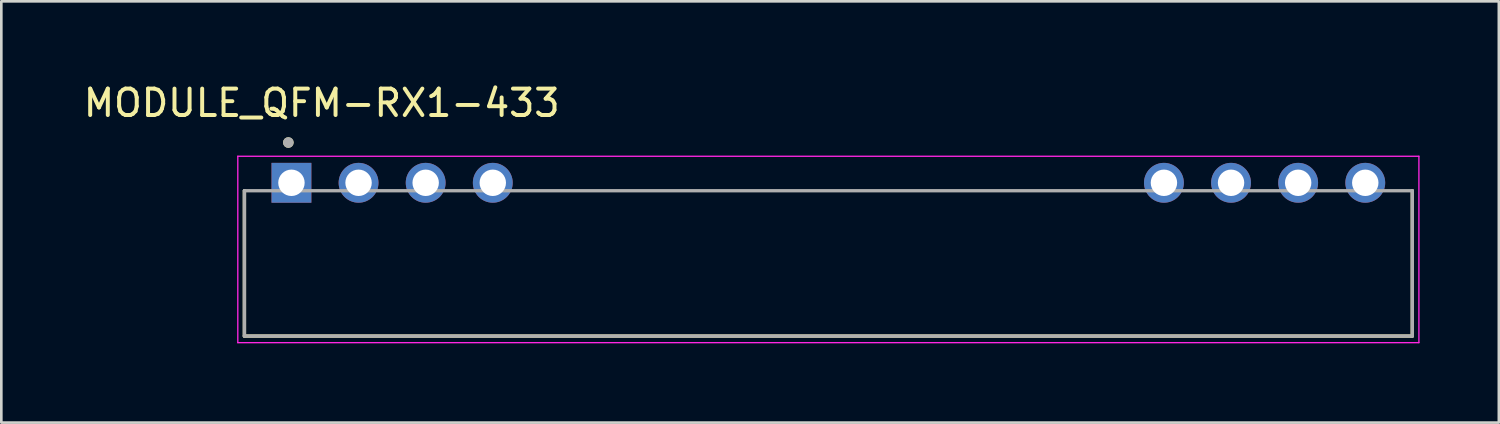
<source format=kicad_pcb>
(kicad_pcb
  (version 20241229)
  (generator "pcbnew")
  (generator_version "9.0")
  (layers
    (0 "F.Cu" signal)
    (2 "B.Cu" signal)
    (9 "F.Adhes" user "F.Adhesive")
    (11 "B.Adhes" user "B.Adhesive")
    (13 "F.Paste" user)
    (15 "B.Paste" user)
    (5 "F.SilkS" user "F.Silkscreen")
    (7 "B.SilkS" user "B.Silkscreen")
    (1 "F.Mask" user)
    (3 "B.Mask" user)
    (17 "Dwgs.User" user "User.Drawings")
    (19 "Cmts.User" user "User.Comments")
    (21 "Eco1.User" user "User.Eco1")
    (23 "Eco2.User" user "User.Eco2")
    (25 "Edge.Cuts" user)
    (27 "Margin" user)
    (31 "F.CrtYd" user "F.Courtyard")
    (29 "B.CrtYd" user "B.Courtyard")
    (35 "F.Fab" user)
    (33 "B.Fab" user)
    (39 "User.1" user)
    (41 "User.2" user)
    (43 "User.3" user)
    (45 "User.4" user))
  (footprint "MODULE_QFM-RX1-433"
    (layer "F.Cu")
    (at 28.3 6.918)
    (property "Reference" "MODULE_QFM-RX1-433" (at -19.175 -6.07 0) (layer "F.SilkS") (effects (font (size 1 1) (thickness 0.15))))
    (attr through_hole)
    (fp_line (start -22.1 2.75) (end -22.1 -2.75) (stroke (width 0.127) (type solid)) (layer "F.SilkS"))
    (fp_line (start 22.1 -2.75) (end 22.1 2.75) (stroke (width 0.127) (type solid)) (layer "F.SilkS"))
    (fp_line (start 22.1 2.75) (end -22.1 2.75) (stroke (width 0.127) (type solid)) (layer "F.SilkS"))
    (fp_circle (center -20.437 -4.574) (end -20.337 -4.574) (stroke (width 0.2) (type solid)) (fill no) (layer "F.SilkS"))
    (fp_line (start -22.35 -4.054) (end -22.35 3) (stroke (width 0.05) (type solid)) (layer "F.CrtYd"))
    (fp_line (start -22.35 3) (end 22.35 3) (stroke (width 0.05) (type solid)) (layer "F.CrtYd"))
    (fp_line (start 22.35 -4.054) (end -22.35 -4.054) (stroke (width 0.05) (type solid)) (layer "F.CrtYd"))
    (fp_line (start 22.35 3) (end 22.35 -4.054) (stroke (width 0.05) (type solid)) (layer "F.CrtYd"))
    (fp_line (start -22.1 -2.75) (end 22.1 -2.75) (stroke (width 0.127) (type solid)) (layer "F.Fab"))
    (fp_line (start -22.1 2.75) (end -22.1 -2.75) (stroke (width 0.127) (type solid)) (layer "F.Fab"))
    (fp_line (start 22.1 -2.75) (end 22.1 2.75) (stroke (width 0.127) (type solid)) (layer "F.Fab"))
    (fp_line (start 22.1 2.75) (end -22.1 2.75) (stroke (width 0.127) (type solid)) (layer "F.Fab"))
    (fp_circle (center -20.437 -4.574) (end -20.337 -4.574) (stroke (width 0.2) (type solid)) (fill no) (layer "F.Fab"))
    (pad "1" thru_hole rect (at -20.32 -3.05) (size 1.508 1.508) (drill 1) (layers "*.Cu" "*.Mask"))
    (pad "2" thru_hole circle (at -17.78 -3.05) (size 1.508 1.508) (drill 1) (layers "*.Cu" "*.Mask"))
    (pad "3" thru_hole circle (at -15.24 -3.05) (size 1.508 1.508) (drill 1) (layers "*.Cu" "*.Mask"))
    (pad "4" thru_hole circle (at -12.7 -3.05) (size 1.508 1.508) (drill 1) (layers "*.Cu" "*.Mask"))
    (pad "5" thru_hole circle (at 12.7 -3.05) (size 1.508 1.508) (drill 1) (layers "*.Cu" "*.Mask"))
    (pad "6" thru_hole circle (at 15.24 -3.05) (size 1.508 1.508) (drill 1) (layers "*.Cu" "*.Mask"))
    (pad "7" thru_hole circle (at 17.78 -3.05) (size 1.508 1.508) (drill 1) (layers "*.Cu" "*.Mask"))
    (pad "8" thru_hole circle (at 20.32 -3.05) (size 1.508 1.508) (drill 1) (layers "*.Cu" "*.Mask")))
  (gr_rect
    (start -3 -3)
    (end 53.675 12.943)
    (stroke (width 0.1) (type default))
    (fill no)
    (layer "Edge.Cuts")))
</source>
